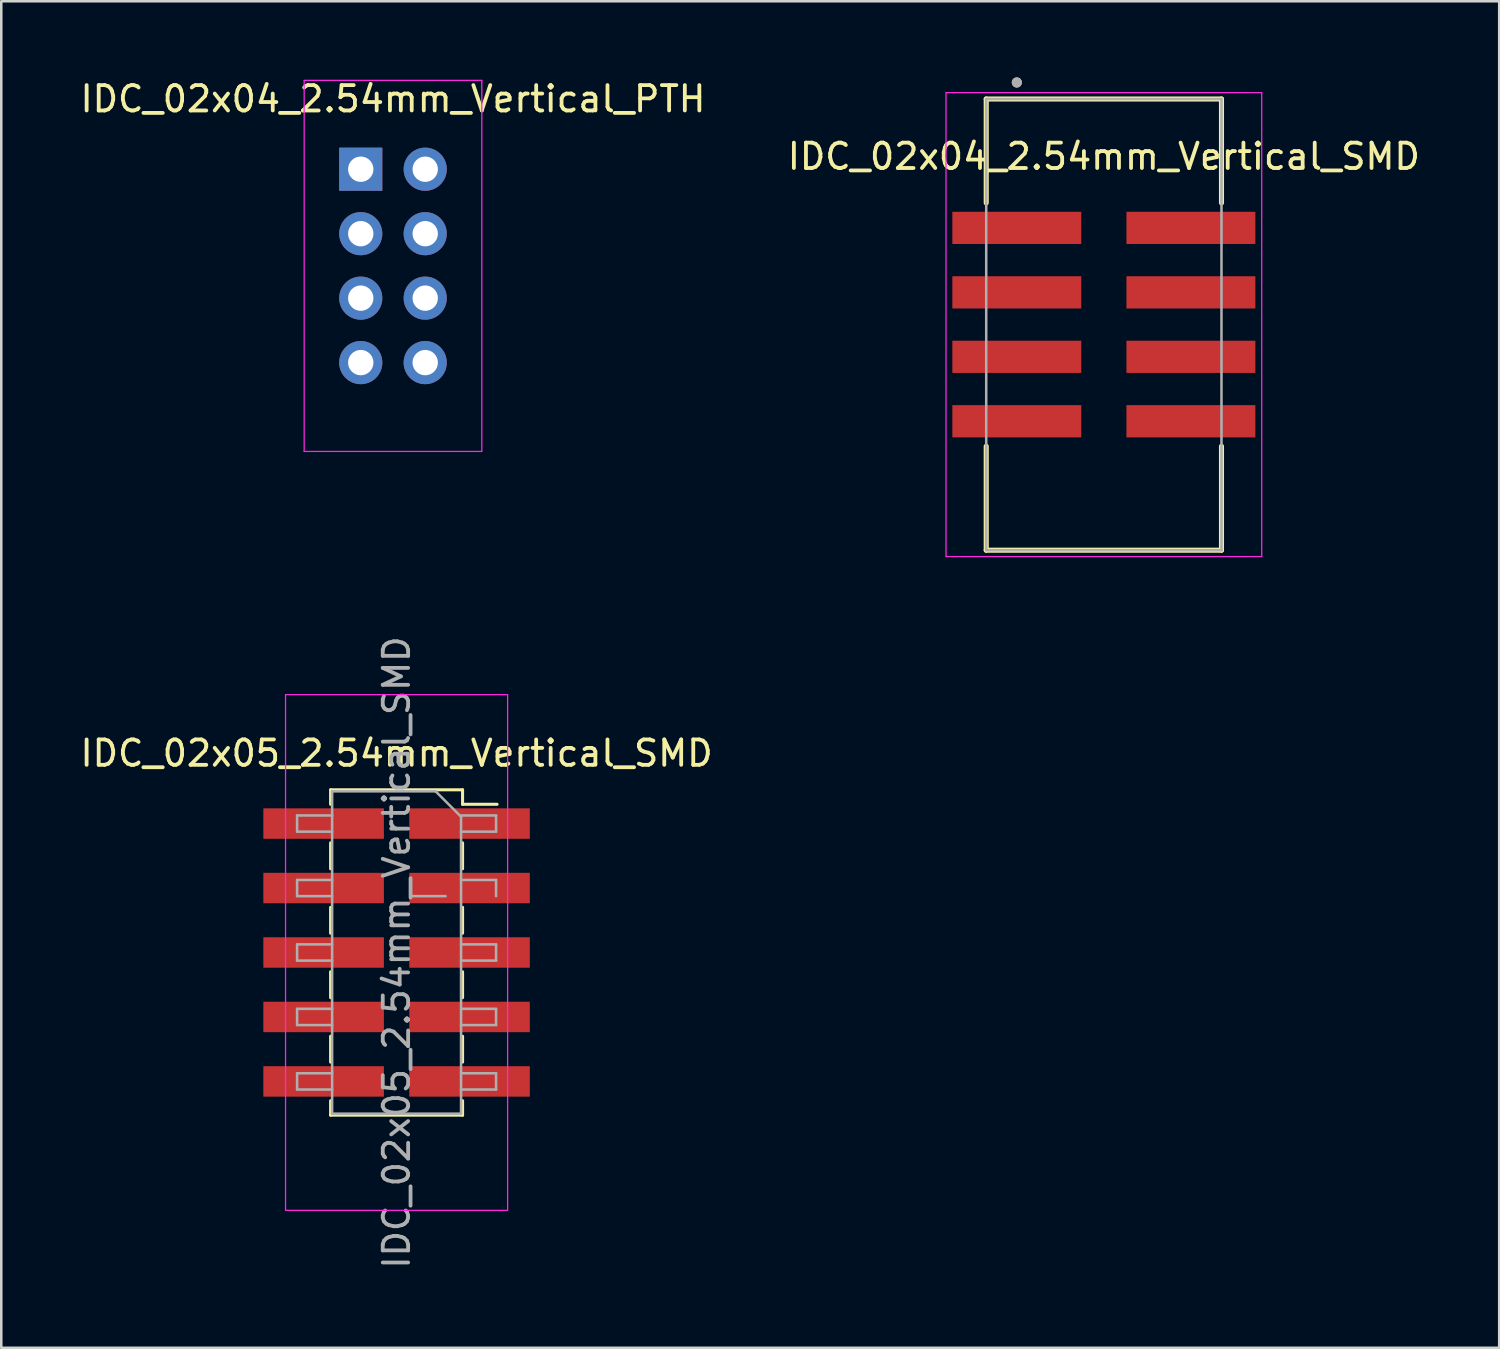
<source format=kicad_pcb>
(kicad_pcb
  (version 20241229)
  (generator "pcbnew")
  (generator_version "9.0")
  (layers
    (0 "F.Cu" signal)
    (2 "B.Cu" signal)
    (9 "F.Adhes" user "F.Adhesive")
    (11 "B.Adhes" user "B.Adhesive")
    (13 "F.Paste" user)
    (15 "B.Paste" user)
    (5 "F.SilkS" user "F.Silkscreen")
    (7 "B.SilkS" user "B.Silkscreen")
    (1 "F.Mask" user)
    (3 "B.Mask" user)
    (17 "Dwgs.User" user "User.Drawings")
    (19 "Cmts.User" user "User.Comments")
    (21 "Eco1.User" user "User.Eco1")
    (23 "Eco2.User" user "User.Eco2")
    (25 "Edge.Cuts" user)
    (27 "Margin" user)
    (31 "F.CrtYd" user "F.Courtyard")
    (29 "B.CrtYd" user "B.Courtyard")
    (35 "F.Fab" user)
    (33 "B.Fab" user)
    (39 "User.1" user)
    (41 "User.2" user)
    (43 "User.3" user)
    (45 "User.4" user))
  (footprint "IDC_02x04_2.54mm_Vertical_PTH"
    (layer "F.Cu")
    (at 12.435 7.428)
    (property "Reference" "IDC_02x04_2.54mm_Vertical_PTH" (at 0 -6.58 0) (layer "F.SilkS") (effects (font (size 1 1) (thickness 0.15))))
    (attr through_hole)
    (fp_line (start -3.5 -7.31) (end 3.5 -7.31) (stroke (width 0.05) (type solid)) (layer "F.CrtYd"))
    (fp_line (start -3.5 7.31) (end -3.5 -7.31) (stroke (width 0.05) (type solid)) (layer "F.CrtYd"))
    (fp_line (start -3.5 7.31) (end 3.5 7.31) (stroke (width 0.05) (type solid)) (layer "F.CrtYd"))
    (fp_line (start 3.5 -7.31) (end 3.5 7.31) (stroke (width 0.05) (type solid)) (layer "F.CrtYd"))
    (pad "1" thru_hole rect (at -1.27 -3.81) (size 1.7 1.7) (drill 1) (layers "*.Cu" "*.Mask"))
    (pad "2" thru_hole circle (at 1.27 -3.81) (size 1.7 1.7) (drill 1) (layers "*.Cu" "*.Mask"))
    (pad "3" thru_hole oval (at -1.27 -1.27) (size 1.7 1.7) (drill 1) (layers "*.Cu" "*.Mask"))
    (pad "4" thru_hole oval (at 1.27 -1.27) (size 1.7 1.7) (drill 1) (layers "*.Cu" "*.Mask"))
    (pad "5" thru_hole oval (at -1.27 1.27) (size 1.7 1.7) (drill 1) (layers "*.Cu" "*.Mask"))
    (pad "6" thru_hole oval (at 1.27 1.27) (size 1.7 1.7) (drill 1) (layers "*.Cu" "*.Mask"))
    (pad "7" thru_hole oval (at -1.27 3.81) (size 1.7 1.7) (drill 1) (layers "*.Cu" "*.Mask"))
    (pad "8" thru_hole oval (at 1.27 3.81) (size 1.7 1.7) (drill 1) (layers "*.Cu" "*.Mask")))
  (footprint "IDC_02x04_2.54mm_Vertical_SMD"
    (layer "F.Cu")
    (at 40.446 9.74)
    (property "Reference" "IDC_02x04_2.54mm_Vertical_SMD" (at 0 -6.625 0) (layer "F.SilkS") (effects (font (size 1 1) (thickness 0.15))))
    (attr smd)
    (fp_line (start -4.635 -8.89) (end 4.635 -8.89) (stroke (width 0.2) (type solid)) (layer "F.SilkS"))
    (fp_line (start -4.635 -4.795) (end -4.635 -8.89) (stroke (width 0.2) (type solid)) (layer "F.SilkS"))
    (fp_line (start -4.635 4.795) (end -4.635 8.89) (stroke (width 0.2) (type solid)) (layer "F.SilkS"))
    (fp_line (start 4.635 -8.89) (end 4.635 -4.795) (stroke (width 0.2) (type solid)) (layer "F.SilkS"))
    (fp_line (start 4.635 4.795) (end 4.635 8.89) (stroke (width 0.2) (type solid)) (layer "F.SilkS"))
    (fp_line (start 4.635 8.89) (end -4.635 8.89) (stroke (width 0.2) (type solid)) (layer "F.SilkS"))
    (fp_circle (center -3.43 -9.54) (end -3.43 -9.44) (stroke (width 0.2) (type solid)) (fill no) (layer "F.SilkS"))
    (fp_line (start -6.22 -9.14) (end 6.22 -9.14) (stroke (width 0.05) (type solid)) (layer "F.CrtYd"))
    (fp_line (start -6.22 9.14) (end -6.22 -9.14) (stroke (width 0.05) (type solid)) (layer "F.CrtYd"))
    (fp_line (start 6.22 -9.14) (end 6.22 9.14) (stroke (width 0.05) (type solid)) (layer "F.CrtYd"))
    (fp_line (start 6.22 9.14) (end -6.22 9.14) (stroke (width 0.05) (type solid)) (layer "F.CrtYd"))
    (fp_line (start -4.635 -8.89) (end 4.635 -8.89) (stroke (width 0.1) (type solid)) (layer "F.Fab"))
    (fp_line (start -4.635 8.89) (end -4.635 -8.89) (stroke (width 0.1) (type solid)) (layer "F.Fab"))
    (fp_line (start 4.635 -8.89) (end 4.635 8.89) (stroke (width 0.1) (type solid)) (layer "F.Fab"))
    (fp_line (start 4.635 8.89) (end -4.635 8.89) (stroke (width 0.1) (type solid)) (layer "F.Fab"))
    (fp_circle (center -3.43 -9.54) (end -3.43 -9.44) (stroke (width 0.2) (type solid)) (fill no) (layer "F.Fab"))
    (pad "1" smd rect (at -3.43 -3.81 270) (size 1.27 5.08) (layers "F.Cu" "F.Mask" "F.Paste"))
    (pad "2" smd rect (at 3.43 -3.81 270) (size 1.27 5.08) (layers "F.Cu" "F.Mask" "F.Paste"))
    (pad "3" smd rect (at -3.43 -1.27 270) (size 1.27 5.08) (layers "F.Cu" "F.Mask" "F.Paste"))
    (pad "4" smd rect (at 3.43 -1.27 270) (size 1.27 5.08) (layers "F.Cu" "F.Mask" "F.Paste"))
    (pad "5" smd rect (at -3.43 1.27 270) (size 1.27 5.08) (layers "F.Cu" "F.Mask" "F.Paste"))
    (pad "6" smd rect (at 3.43 1.27 270) (size 1.27 5.08) (layers "F.Cu" "F.Mask" "F.Paste"))
    (pad "7" smd rect (at -3.43 3.81 270) (size 1.27 5.08) (layers "F.Cu" "F.Mask" "F.Paste"))
    (pad "8" smd rect (at 3.43 3.81 270) (size 1.27 5.08) (layers "F.Cu" "F.Mask" "F.Paste")))
  (footprint "IDC_02x05_2.54mm_Vertical_SMD"
    (layer "F.Cu")
    (at 12.577 34.482)
    (property "Reference" "IDC_02x05_2.54mm_Vertical_SMD" (at 0 -7.85 0) (layer "F.SilkS") (effects (font (size 1 1) (thickness 0.15))))
    (attr smd)
    (fp_line (start -2.6 -6.41) (end -2.6 -5.84) (stroke (width 0.12) (type solid)) (layer "F.SilkS"))
    (fp_line (start -2.6 -6.41) (end 2.6 -6.41) (stroke (width 0.12) (type solid)) (layer "F.SilkS"))
    (fp_line (start -2.6 -4.32) (end -2.6 -3.3) (stroke (width 0.12) (type solid)) (layer "F.SilkS"))
    (fp_line (start -2.6 -1.78) (end -2.6 -0.76) (stroke (width 0.12) (type solid)) (layer "F.SilkS"))
    (fp_line (start -2.6 0.76) (end -2.6 1.78) (stroke (width 0.12) (type solid)) (layer "F.SilkS"))
    (fp_line (start -2.6 3.3) (end -2.6 4.32) (stroke (width 0.12) (type solid)) (layer "F.SilkS"))
    (fp_line (start -2.6 5.84) (end -2.6 6.41) (stroke (width 0.12) (type solid)) (layer "F.SilkS"))
    (fp_line (start -2.6 6.41) (end 2.6 6.41) (stroke (width 0.12) (type solid)) (layer "F.SilkS"))
    (fp_line (start 2.6 -6.41) (end 2.6 -5.84) (stroke (width 0.12) (type solid)) (layer "F.SilkS"))
    (fp_line (start 2.6 -5.84) (end 3.96 -5.84) (stroke (width 0.12) (type solid)) (layer "F.SilkS"))
    (fp_line (start 2.6 -4.32) (end 2.6 -3.3) (stroke (width 0.12) (type solid)) (layer "F.SilkS"))
    (fp_line (start 2.6 -1.78) (end 2.6 -0.76) (stroke (width 0.12) (type solid)) (layer "F.SilkS"))
    (fp_line (start 2.6 0.76) (end 2.6 1.78) (stroke (width 0.12) (type solid)) (layer "F.SilkS"))
    (fp_line (start 2.6 3.3) (end 2.6 4.32) (stroke (width 0.12) (type solid)) (layer "F.SilkS"))
    (fp_line (start 2.6 5.84) (end 2.6 6.41) (stroke (width 0.12) (type solid)) (layer "F.SilkS"))
    (fp_line (start -4.375 -10.16) (end 4.375 -10.16) (stroke (width 0.05) (type solid)) (layer "F.CrtYd"))
    (fp_line (start -4.375 10.16) (end -4.375 -10.16) (stroke (width 0.05) (type solid)) (layer "F.CrtYd"))
    (fp_line (start 4.375 -10.16) (end 4.375 10.16) (stroke (width 0.05) (type solid)) (layer "F.CrtYd"))
    (fp_line (start 4.375 10.16) (end -4.375 10.16) (stroke (width 0.05) (type solid)) (layer "F.CrtYd"))
    (fp_line (start -3.92 -5.4) (end -2.54 -5.4) (stroke (width 0.1) (type solid)) (layer "F.Fab"))
    (fp_line (start -3.92 -4.76) (end -3.92 -5.4) (stroke (width 0.1) (type solid)) (layer "F.Fab"))
    (fp_line (start -3.92 -2.86) (end -2.54 -2.86) (stroke (width 0.1) (type solid)) (layer "F.Fab"))
    (fp_line (start -3.92 -2.22) (end -3.92 -2.86) (stroke (width 0.1) (type solid)) (layer "F.Fab"))
    (fp_line (start -3.92 -0.32) (end -2.54 -0.32) (stroke (width 0.1) (type solid)) (layer "F.Fab"))
    (fp_line (start -3.92 0.32) (end -3.92 -0.32) (stroke (width 0.1) (type solid)) (layer "F.Fab"))
    (fp_line (start -3.92 2.22) (end -2.54 2.22) (stroke (width 0.1) (type solid)) (layer "F.Fab"))
    (fp_line (start -3.92 2.86) (end -3.92 2.22) (stroke (width 0.1) (type solid)) (layer "F.Fab"))
    (fp_line (start -3.92 4.76) (end -2.54 4.76) (stroke (width 0.1) (type solid)) (layer "F.Fab"))
    (fp_line (start -3.92 5.4) (end -3.92 4.76) (stroke (width 0.1) (type solid)) (layer "F.Fab"))
    (fp_line (start -2.54 -6.35) (end 1.54 -6.35) (stroke (width 0.1) (type solid)) (layer "F.Fab"))
    (fp_line (start -2.54 -4.76) (end -3.92 -4.76) (stroke (width 0.1) (type solid)) (layer "F.Fab"))
    (fp_line (start -2.54 -2.22) (end -3.92 -2.22) (stroke (width 0.1) (type solid)) (layer "F.Fab"))
    (fp_line (start -2.54 0.32) (end -3.92 0.32) (stroke (width 0.1) (type solid)) (layer "F.Fab"))
    (fp_line (start -2.54 2.86) (end -3.92 2.86) (stroke (width 0.1) (type solid)) (layer "F.Fab"))
    (fp_line (start -2.54 5.4) (end -3.92 5.4) (stroke (width 0.1) (type solid)) (layer "F.Fab"))
    (fp_line (start -2.54 6.35) (end -2.54 -6.35) (stroke (width 0.1) (type solid)) (layer "F.Fab"))
    (fp_line (start 1.54 -6.35) (end 2.54 -5.35) (stroke (width 0.1) (type solid)) (layer "F.Fab"))
    (fp_line (start 1.93 -2.22) (end 0.55 -2.22) (stroke (width 0.1) (type solid)) (layer "F.Fab"))
    (fp_line (start 2.54 -5.4) (end 3.92 -5.4) (stroke (width 0.1) (type solid)) (layer "F.Fab"))
    (fp_line (start 2.54 -5.35) (end 2.54 6.35) (stroke (width 0.1) (type solid)) (layer "F.Fab"))
    (fp_line (start 2.54 -2.86) (end 3.92 -2.86) (stroke (width 0.1) (type solid)) (layer "F.Fab"))
    (fp_line (start 2.54 -0.32) (end 3.92 -0.32) (stroke (width 0.1) (type solid)) (layer "F.Fab"))
    (fp_line (start 2.54 2.22) (end 3.92 2.22) (stroke (width 0.1) (type solid)) (layer "F.Fab"))
    (fp_line (start 2.54 4.76) (end 3.92 4.76) (stroke (width 0.1) (type solid)) (layer "F.Fab"))
    (fp_line (start 2.54 6.35) (end -2.54 6.35) (stroke (width 0.1) (type solid)) (layer "F.Fab"))
    (fp_line (start 3.92 -5.4) (end 3.92 -4.76) (stroke (width 0.1) (type solid)) (layer "F.Fab"))
    (fp_line (start 3.92 -4.76) (end 2.54 -4.76) (stroke (width 0.1) (type solid)) (layer "F.Fab"))
    (fp_line (start 3.92 -2.86) (end 3.92 -2.22) (stroke (width 0.1) (type solid)) (layer "F.Fab"))
    (fp_line (start 3.92 -0.32) (end 3.92 0.32) (stroke (width 0.1) (type solid)) (layer "F.Fab"))
    (fp_line (start 3.92 0.32) (end 2.54 0.32) (stroke (width 0.1) (type solid)) (layer "F.Fab"))
    (fp_line (start 3.92 2.22) (end 3.92 2.86) (stroke (width 0.1) (type solid)) (layer "F.Fab"))
    (fp_line (start 3.92 2.86) (end 2.54 2.86) (stroke (width 0.1) (type solid)) (layer "F.Fab"))
    (fp_line (start 3.92 4.76) (end 3.92 5.4) (stroke (width 0.1) (type solid)) (layer "F.Fab"))
    (fp_line (start 3.92 5.4) (end 2.54 5.4) (stroke (width 0.1) (type solid)) (layer "F.Fab"))
    (fp_text user "${REFERENCE}" (at 0 0 90) (layer "F.Fab") (effects (font (size 1 1) (thickness 0.15))))
    (pad "1" smd rect (at -2.875 -5.08) (size 4.75 1.2) (layers "F.Cu" "F.Mask" "F.Paste"))
    (pad "2" smd rect (at 2.875 -5.08) (size 4.75 1.2) (layers "F.Cu" "F.Mask" "F.Paste"))
    (pad "3" smd rect (at -2.875 -2.54) (size 4.75 1.2) (layers "F.Cu" "F.Mask" "F.Paste"))
    (pad "4" smd rect (at 2.875 -2.54) (size 4.75 1.2) (layers "F.Cu" "F.Mask" "F.Paste"))
    (pad "5" smd rect (at -2.875 0) (size 4.75 1.2) (layers "F.Cu" "F.Mask" "F.Paste"))
    (pad "6" smd rect (at 2.875 0) (size 4.75 1.2) (layers "F.Cu" "F.Mask" "F.Paste"))
    (pad "7" smd rect (at -2.875 2.54) (size 4.75 1.2) (layers "F.Cu" "F.Mask" "F.Paste"))
    (pad "8" smd rect (at 2.875 2.54) (size 4.75 1.2) (layers "F.Cu" "F.Mask" "F.Paste"))
    (pad "9" smd rect (at -2.875 5.08) (size 4.75 1.2) (layers "F.Cu" "F.Mask" "F.Paste"))
    (pad "10" smd rect (at 2.875 5.08) (size 4.75 1.2) (layers "F.Cu" "F.Mask" "F.Paste")))
  (gr_rect
    (start -3 -3)
    (end 56.024 50.06)
    (stroke (width 0.1) (type default))
    (fill no)
    (layer "Edge.Cuts")))
</source>
